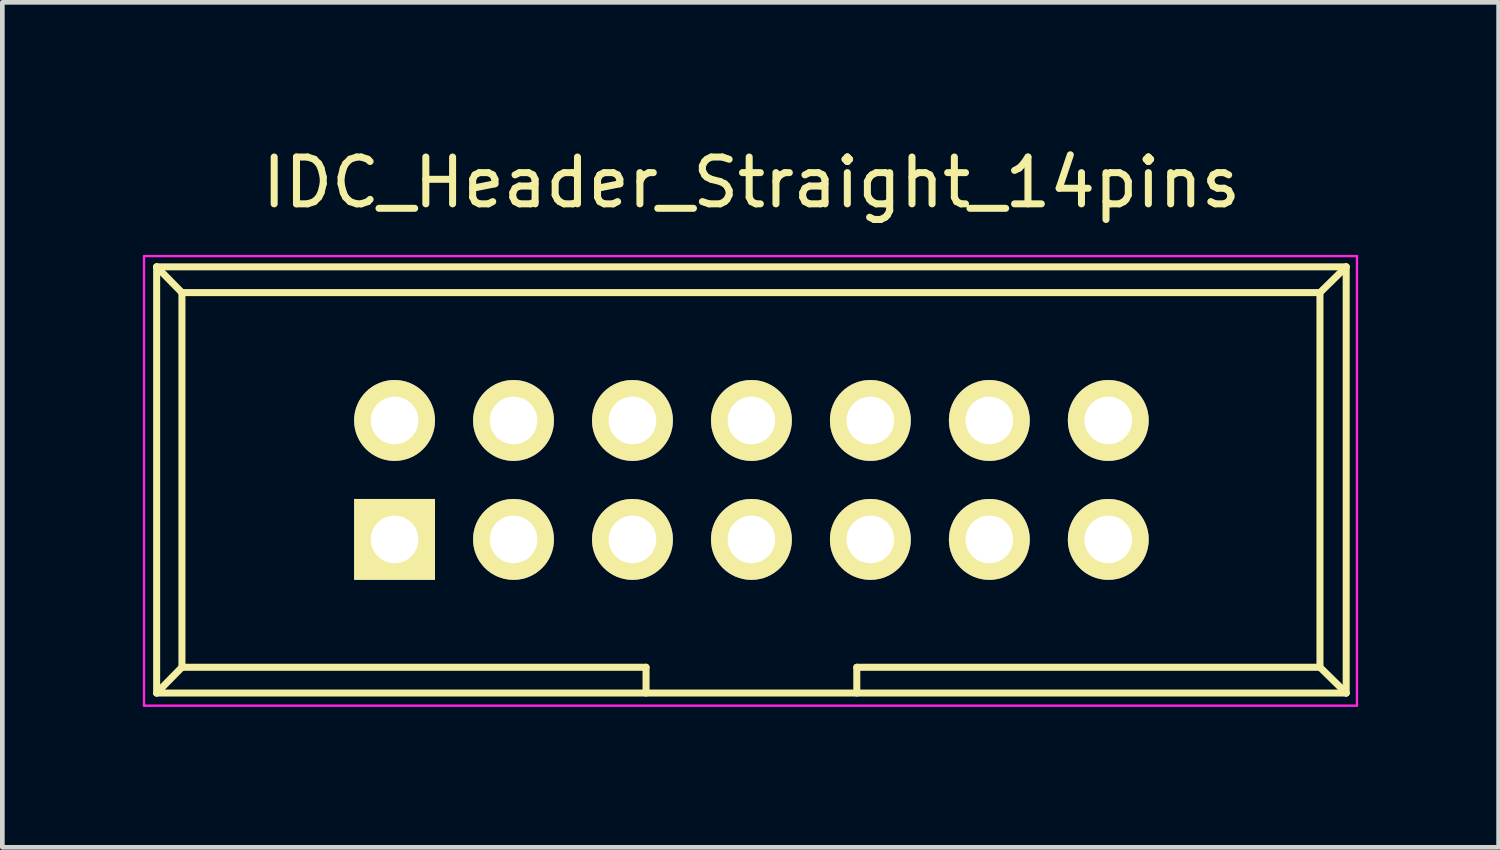
<source format=kicad_pcb>
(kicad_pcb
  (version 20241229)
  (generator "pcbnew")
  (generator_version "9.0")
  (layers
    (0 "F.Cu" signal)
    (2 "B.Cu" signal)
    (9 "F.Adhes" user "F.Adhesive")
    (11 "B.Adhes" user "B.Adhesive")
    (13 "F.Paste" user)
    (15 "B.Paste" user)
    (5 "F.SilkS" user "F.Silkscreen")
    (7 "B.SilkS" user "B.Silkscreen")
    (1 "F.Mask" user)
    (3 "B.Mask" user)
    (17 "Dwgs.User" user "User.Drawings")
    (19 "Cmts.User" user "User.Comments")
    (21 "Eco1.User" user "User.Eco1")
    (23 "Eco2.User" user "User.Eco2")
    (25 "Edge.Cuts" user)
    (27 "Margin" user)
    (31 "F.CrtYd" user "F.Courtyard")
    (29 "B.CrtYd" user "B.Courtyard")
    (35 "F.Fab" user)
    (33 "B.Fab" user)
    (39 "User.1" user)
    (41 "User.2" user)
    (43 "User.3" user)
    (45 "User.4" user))
  (footprint "IDC_Header_Straight_14pins"
    (layer "F.Cu")
    (at 5.375 8.468)
    (property "Reference" "IDC_Header_Straight_14pins" (at 7.62 -7.62 0) (layer "F.SilkS") (effects (font (size 1 1) (thickness 0.15))))
    (attr through_hole)
    (fp_line (start -5.08 -5.82) (end -5.08 3.28) (stroke (width 0.15) (type solid)) (layer "F.SilkS"))
    (fp_line (start -5.08 -5.82) (end -4.54 -5.27) (stroke (width 0.15) (type solid)) (layer "F.SilkS"))
    (fp_line (start -5.08 -5.82) (end 20.32 -5.82) (stroke (width 0.15) (type solid)) (layer "F.SilkS"))
    (fp_line (start -5.08 3.28) (end -4.54 2.73) (stroke (width 0.15) (type solid)) (layer "F.SilkS"))
    (fp_line (start -5.08 3.28) (end 20.32 3.28) (stroke (width 0.15) (type solid)) (layer "F.SilkS"))
    (fp_line (start -4.54 -5.27) (end -4.54 2.73) (stroke (width 0.15) (type solid)) (layer "F.SilkS"))
    (fp_line (start -4.54 -5.27) (end 19.76 -5.27) (stroke (width 0.15) (type solid)) (layer "F.SilkS"))
    (fp_line (start -4.54 2.73) (end 5.37 2.73) (stroke (width 0.15) (type solid)) (layer "F.SilkS"))
    (fp_line (start 5.37 2.73) (end 5.37 3.28) (stroke (width 0.15) (type solid)) (layer "F.SilkS"))
    (fp_line (start 9.87 2.73) (end 9.87 3.28) (stroke (width 0.15) (type solid)) (layer "F.SilkS"))
    (fp_line (start 9.87 2.73) (end 19.76 2.73) (stroke (width 0.15) (type solid)) (layer "F.SilkS"))
    (fp_line (start 19.76 -5.27) (end 19.76 2.73) (stroke (width 0.15) (type solid)) (layer "F.SilkS"))
    (fp_line (start 20.32 -5.82) (end 19.76 -5.27) (stroke (width 0.15) (type solid)) (layer "F.SilkS"))
    (fp_line (start 20.32 -5.82) (end 20.32 3.28) (stroke (width 0.15) (type solid)) (layer "F.SilkS"))
    (fp_line (start 20.32 3.28) (end 19.76 2.73) (stroke (width 0.15) (type solid)) (layer "F.SilkS"))
    (fp_line (start -5.35 -6.05) (end 20.55 -6.05) (stroke (width 0.05) (type solid)) (layer "F.CrtYd"))
    (fp_line (start -5.35 3.55) (end -5.35 -6.05) (stroke (width 0.05) (type solid)) (layer "F.CrtYd"))
    (fp_line (start 20.55 -6.05) (end 20.55 3.55) (stroke (width 0.05) (type solid)) (layer "F.CrtYd"))
    (fp_line (start 20.55 3.55) (end -5.35 3.55) (stroke (width 0.05) (type solid)) (layer "F.CrtYd"))
    (pad "1" thru_hole rect (at 0 0) (size 1.727 1.727) (drill 1.016) (layers "*.Cu" "*.Mask" "F.SilkS"))
    (pad "2" thru_hole oval (at 0 -2.54) (size 1.727 1.727) (drill 1.016) (layers "*.Cu" "*.Mask" "F.SilkS"))
    (pad "3" thru_hole oval (at 2.54 0) (size 1.727 1.727) (drill 1.016) (layers "*.Cu" "*.Mask" "F.SilkS"))
    (pad "4" thru_hole oval (at 2.54 -2.54) (size 1.727 1.727) (drill 1.016) (layers "*.Cu" "*.Mask" "F.SilkS"))
    (pad "5" thru_hole oval (at 5.08 0) (size 1.727 1.727) (drill 1.016) (layers "*.Cu" "*.Mask" "F.SilkS"))
    (pad "6" thru_hole oval (at 5.08 -2.54) (size 1.727 1.727) (drill 1.016) (layers "*.Cu" "*.Mask" "F.SilkS"))
    (pad "7" thru_hole oval (at 7.62 0) (size 1.727 1.727) (drill 1.016) (layers "*.Cu" "*.Mask" "F.SilkS"))
    (pad "8" thru_hole oval (at 7.62 -2.54) (size 1.727 1.727) (drill 1.016) (layers "*.Cu" "*.Mask" "F.SilkS"))
    (pad "9" thru_hole oval (at 10.16 0) (size 1.727 1.727) (drill 1.016) (layers "*.Cu" "*.Mask" "F.SilkS"))
    (pad "10" thru_hole oval (at 10.16 -2.54) (size 1.727 1.727) (drill 1.016) (layers "*.Cu" "*.Mask" "F.SilkS"))
    (pad "11" thru_hole oval (at 12.7 0) (size 1.727 1.727) (drill 1.016) (layers "*.Cu" "*.Mask" "F.SilkS"))
    (pad "12" thru_hole oval (at 12.7 -2.54) (size 1.727 1.727) (drill 1.016) (layers "*.Cu" "*.Mask" "F.SilkS"))
    (pad "13" thru_hole oval (at 15.24 0) (size 1.727 1.727) (drill 1.016) (layers "*.Cu" "*.Mask" "F.SilkS"))
    (pad "14" thru_hole oval (at 15.24 -2.54) (size 1.727 1.727) (drill 1.016) (layers "*.Cu" "*.Mask" "F.SilkS")))
  (gr_rect
    (start -3 -3)
    (end 28.95 15.043)
    (stroke (width 0.1) (type default))
    (fill no)
    (layer "Edge.Cuts")))
</source>
